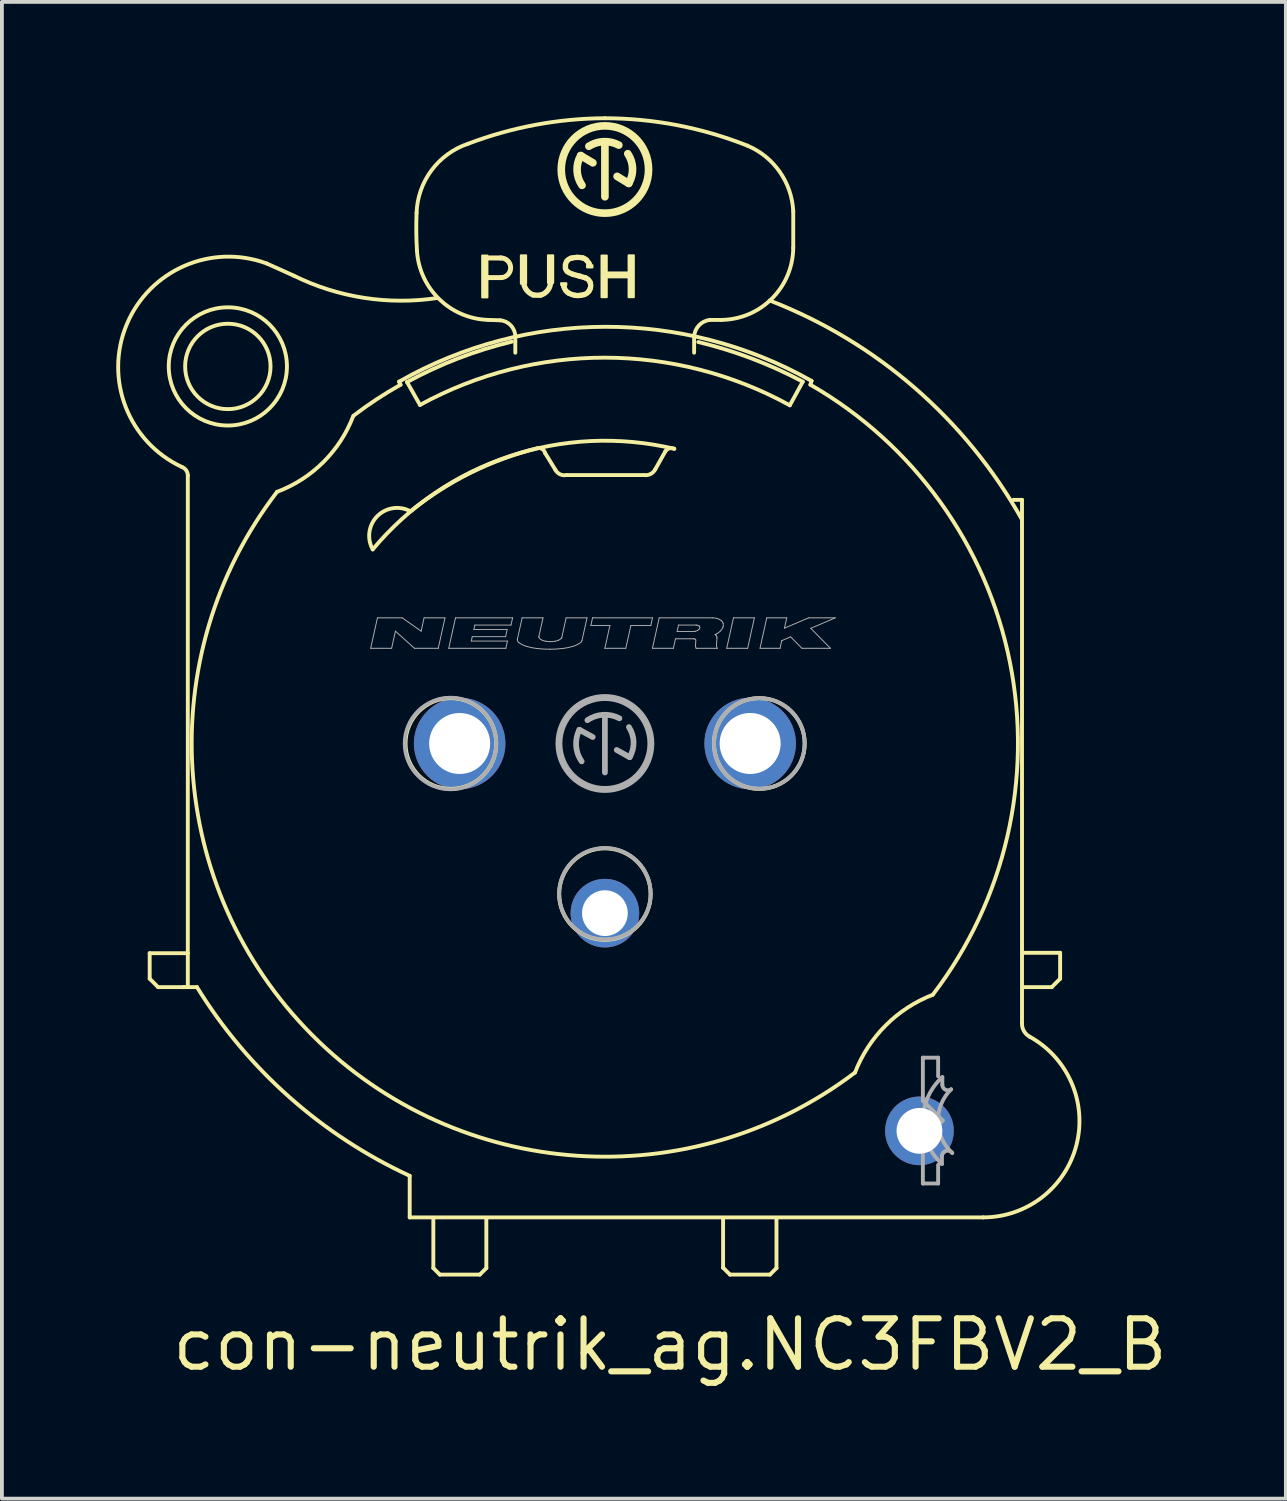
<source format=kicad_pcb>
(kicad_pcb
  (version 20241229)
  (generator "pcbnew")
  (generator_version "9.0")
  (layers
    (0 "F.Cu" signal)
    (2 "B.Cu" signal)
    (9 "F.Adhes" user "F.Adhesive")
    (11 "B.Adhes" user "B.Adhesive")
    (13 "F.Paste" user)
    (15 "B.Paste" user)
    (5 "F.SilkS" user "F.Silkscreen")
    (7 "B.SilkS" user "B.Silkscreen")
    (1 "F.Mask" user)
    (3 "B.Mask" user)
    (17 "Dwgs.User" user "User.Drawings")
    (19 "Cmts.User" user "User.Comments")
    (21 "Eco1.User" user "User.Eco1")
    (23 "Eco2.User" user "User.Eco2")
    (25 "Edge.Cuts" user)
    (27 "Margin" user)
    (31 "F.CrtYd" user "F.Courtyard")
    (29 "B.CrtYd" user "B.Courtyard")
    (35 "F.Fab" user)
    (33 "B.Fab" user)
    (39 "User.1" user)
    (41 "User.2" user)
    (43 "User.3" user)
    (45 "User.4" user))
  (footprint "con-neutrik_ag.NC3FBV2_B"
    (layer "F.Cu")
    (at 12.816 16.451)
    (property "Reference" "con-neutrik_ag.NC3FBV2_B" (at -11.43 16.51 0) (layer "F.SilkS") (effects (font (size 1.27 1.27) (thickness 0.16)) (justify left bottom)))
    (attr through_hole)
    (fp_line (start -11.94 5.5) (end -10.94 5.5) (stroke (width 0.102) (type default)) (layer "F.SilkS"))
    (fp_line (start -11.94 6.17) (end -11.94 5.5) (stroke (width 0.102) (type default)) (layer "F.SilkS"))
    (fp_line (start -11.72 6.39) (end -11.94 6.17) (stroke (width 0.102) (type default)) (layer "F.SilkS"))
    (fp_line (start -11.05 6.39) (end -11.72 6.39) (stroke (width 0.102) (type default)) (layer "F.SilkS"))
    (fp_line (start -11.05 6.39) (end -10.7 6.39) (stroke (width 0.102) (type default)) (layer "F.SilkS"))
    (fp_line (start -11.04 6.39) (end -11.05 6.39) (stroke (width 0.102) (type default)) (layer "F.SilkS"))
    (fp_line (start -10.94 5.5) (end -10.94 -7.03) (stroke (width 0.102) (type default)) (layer "F.SilkS"))
    (fp_line (start -10.94 6.35) (end -10.94 5.52) (stroke (width 0.102) (type default)) (layer "F.SilkS"))
    (fp_line (start -5.4 -9.49) (end -5.36 -9.41) (stroke (width 0.102) (type default)) (layer "F.SilkS"))
    (fp_line (start -5.19 -9.48) (end -4.85 -8.88) (stroke (width 0.102) (type default)) (layer "F.SilkS"))
    (fp_line (start -5.12 11.34) (end -5.12 12.43) (stroke (width 0.102) (type default)) (layer "F.SilkS"))
    (fp_line (start -5.12 12.43) (end 9.92 12.43) (stroke (width 0.102) (type default)) (layer "F.SilkS"))
    (fp_line (start -4.5 12.49) (end -4.5 13.76) (stroke (width 0.102) (type default)) (layer "F.SilkS"))
    (fp_line (start -4.5 13.76) (end -4.33 13.93) (stroke (width 0.102) (type default)) (layer "F.SilkS"))
    (fp_line (start -4.33 13.93) (end -3.28 13.93) (stroke (width 0.102) (type default)) (layer "F.SilkS"))
    (fp_line (start -3.28 13.93) (end -3.11 13.76) (stroke (width 0.102) (type default)) (layer "F.SilkS"))
    (fp_line (start -3.13 -12.735) (end -2.73 -12.735) (stroke (width 0.13) (type default)) (layer "F.SilkS"))
    (fp_line (start -3.11 13.76) (end -3.11 12.47) (stroke (width 0.102) (type default)) (layer "F.SilkS"))
    (fp_line (start -2.75 -11.1) (end -3.06 -11.11) (stroke (width 0.102) (type default)) (layer "F.SilkS"))
    (fp_line (start -2.72 -12.22) (end -3.11 -12.22) (stroke (width 0.13) (type default)) (layer "F.SilkS"))
    (fp_line (start -2.35 -10.25) (end -2.35 -10.67) (stroke (width 0.102) (type default)) (layer "F.SilkS"))
    (fp_line (start -1.3 -7.18) (end -1.57 -7.62) (stroke (width 0.102) (type default)) (layer "F.SilkS"))
    (fp_line (start -1.08 -12.01) (end -1.075 -11.985) (stroke (width 0.14) (type default)) (layer "F.SilkS"))
    (fp_line (start -0.315 -15.23) (end -0.635 -15.42) (stroke (width 0.2) (type default)) (layer "F.SilkS"))
    (fp_line (start 0 -14.34) (end 0 -15.73) (stroke (width 0.2) (type default)) (layer "F.SilkS"))
    (fp_line (start 0.32 -14.875) (end 0.625 -14.69) (stroke (width 0.2) (type default)) (layer "F.SilkS"))
    (fp_line (start 1.03 -7.04) (end -1.01 -7.04) (stroke (width 0.102) (type default)) (layer "F.SilkS"))
    (fp_line (start 1.59 -7.67) (end 1.32 -7.19) (stroke (width 0.102) (type default)) (layer "F.SilkS"))
    (fp_line (start 3.1 12.49) (end 3.1 13.75) (stroke (width 0.102) (type default)) (layer "F.SilkS"))
    (fp_line (start 3.1 13.75) (end 3.28 13.93) (stroke (width 0.102) (type default)) (layer "F.SilkS"))
    (fp_line (start 3.28 13.93) (end 4.33 13.93) (stroke (width 0.102) (type default)) (layer "F.SilkS"))
    (fp_line (start 4.33 13.93) (end 4.5 13.76) (stroke (width 0.102) (type default)) (layer "F.SilkS"))
    (fp_line (start 4.5 13.76) (end 4.5 12.48) (stroke (width 0.102) (type default)) (layer "F.SilkS"))
    (fp_line (start 4.85 -8.87) (end 5.19 -9.49) (stroke (width 0.102) (type default)) (layer "F.SilkS"))
    (fp_line (start 4.94 -13.96) (end 4.94 -13) (stroke (width 0.102) (type default)) (layer "F.SilkS"))
    (fp_line (start 5.39 -9.41) (end 5.42 -9.51) (stroke (width 0.102) (type default)) (layer "F.SilkS"))
    (fp_line (start 10.94 -6.39) (end 10.71 -6.39) (stroke (width 0.102) (type default)) (layer "F.SilkS"))
    (fp_line (start 10.94 7.33) (end 10.94 -6.39) (stroke (width 0.102) (type default)) (layer "F.SilkS"))
    (fp_line (start 10.99 6.39) (end 11.72 6.39) (stroke (width 0.102) (type default)) (layer "F.SilkS"))
    (fp_line (start 11.72 6.39) (end 11.94 6.17) (stroke (width 0.102) (type default)) (layer "F.SilkS"))
    (fp_line (start 11.94 5.49) (end 10.99 5.49) (stroke (width 0.102) (type default)) (layer "F.SilkS"))
    (fp_line (start 11.94 6.17) (end 11.94 5.49) (stroke (width 0.102) (type default)) (layer "F.SilkS"))
    (fp_rect (start -3.22 -11.7) (end -3.08 -12.8) (stroke (width 0.05) (type default)) (fill yes) (layer "F.SilkS"))
    (fp_rect (start -2.205 -12.06) (end -2.065 -12.805) (stroke (width 0.05) (type default)) (fill yes) (layer "F.SilkS"))
    (fp_rect (start -1.495 -12.08) (end -1.355 -12.805) (stroke (width 0.05) (type default)) (fill yes) (layer "F.SilkS"))
    (fp_rect (start -1.15 -12.025) (end -1.01 -12.075) (stroke (width 0.05) (type default)) (fill yes) (layer "F.SilkS"))
    (fp_rect (start -0.47 -12.485) (end -0.325 -12.545) (stroke (width 0.05) (type default)) (fill yes) (layer "F.SilkS"))
    (fp_rect (start -0.09 -11.705) (end 0.05 -12.8) (stroke (width 0.05) (type default)) (fill yes) (layer "F.SilkS"))
    (fp_rect (start 0.035 -12.225) (end 0.64 -12.355) (stroke (width 0.05) (type default)) (fill yes) (layer "F.SilkS"))
    (fp_rect (start 0.62 -11.705) (end 0.76 -12.805) (stroke (width 0.05) (type default)) (fill yes) (layer "F.SilkS"))
    (fp_arc (start -11.09 -7.25) (mid -10.981062 -7.163139) (end -10.94 -7.03) (stroke (width 0.1016) (type default)) (layer "F.SilkS"))
    (fp_arc (start -11.09 -7.25) (mid -12.543512 -10.98573) (end -8.87 -12.59) (stroke (width 0.1016) (type default)) (layer "F.SilkS"))
    (fp_arc (start -8.87 -12.59) (mid -8.514255 -12.431652) (end -8.16 -12.27) (stroke (width 0.1016) (type default)) (layer "F.SilkS"))
    (fp_arc (start -6.6 -8.59) (mid -7.385857 -7.379781) (end -8.6 -6.6) (stroke (width 0.1016) (type default)) (layer "F.SilkS"))
    (fp_arc (start -6.59 -8.6) (mid -5.989419 -9.026896) (end -5.36 -9.41) (stroke (width 0.1016) (type default)) (layer "F.SilkS"))
    (fp_arc (start -6.09 -5.09) (mid -5.970889 -5.96213) (end -5.1 -6.09) (stroke (width 0.1016) (type default)) (layer "F.SilkS"))
    (fp_arc (start -6.09 -5.09) (mid -2.509717 -7.53273) (end 1.82 -7.73) (stroke (width 0.1016) (type default)) (layer "F.SilkS"))
    (fp_arc (start -5.4 -9.49) (mid 0.007357 -10.929608) (end 5.42 -9.51) (stroke (width 0.1016) (type default)) (layer "F.SilkS"))
    (fp_arc (start -5.19 -9.48) (mid -3.849732 -10.100106) (end -2.44 -10.54) (stroke (width 0.1016) (type default)) (layer "F.SilkS"))
    (fp_arc (start -5.12 11.34) (mid -8.274838 9.276272) (end -10.7 6.39) (stroke (width 0.1016) (type default)) (layer "F.SilkS"))
    (fp_arc (start -5.1 -6.09) (mid -3.515654 -7.102947) (end -1.75 -7.75) (stroke (width 0.1016) (type default)) (layer "F.SilkS"))
    (fp_arc (start -4.94 -13.91) (mid -4.55018 -15.031535) (end -3.59 -15.73) (stroke (width 0.1016) (type default)) (layer "F.SilkS"))
    (fp_arc (start -4.93 -12.93) (mid -4.946992 -13.419878) (end -4.94 -13.91) (stroke (width 0.1016) (type default)) (layer "F.SilkS"))
    (fp_arc (start -4.85 -8.88) (mid 0.001283 -10.119665) (end 4.85 -8.87) (stroke (width 0.1016) (type default)) (layer "F.SilkS"))
    (fp_arc (start -4.3995 -11.6841) (mid -6.324542 -11.689558) (end -8.16 -12.27) (stroke (width 0.1016) (type default)) (layer "F.SilkS"))
    (fp_arc (start -3.59 -15.73) (mid -1.825069 -16.226116) (end 0 -16.4) (stroke (width 0.1016) (type default)) (layer "F.SilkS"))
    (fp_arc (start -3.06 -11.11) (mid -4.347878 -11.657427) (end -4.93 -12.93) (stroke (width 0.1016) (type default)) (layer "F.SilkS"))
    (fp_arc (start -2.75 -11.1) (mid -2.465454 -10.963647) (end -2.35 -10.67) (stroke (width 0.1016) (type default)) (layer "F.SilkS"))
    (fp_arc (start -2.73 -12.735) (mid -2.472451 -12.482404) (end -2.72 -12.22) (stroke (width 0.13) (type default)) (layer "F.SilkS"))
    (fp_arc (start -1.88 -11.765) (mid -2.064528 -11.907658) (end -2.135 -12.13) (stroke (width 0.14) (type default)) (layer "F.SilkS"))
    (fp_arc (start -1.74 -7.75) (mid -1.632341 -7.714631) (end -1.57 -7.62) (stroke (width 0.1016) (type default)) (layer "F.SilkS"))
    (fp_arc (start -1.69 -11.76) (mid -1.785118 -11.758012) (end -1.88 -11.765) (stroke (width 0.14) (type default)) (layer "F.SilkS"))
    (fp_arc (start -1.425 -12.13) (mid -1.491164 -11.897489) (end -1.69 -11.76) (stroke (width 0.14) (type default)) (layer "F.SilkS"))
    (fp_arc (start -1.035 -12.545) (mid -1.023242 -12.602997) (end -0.995 -12.655) (stroke (width 0.14) (type default)) (layer "F.SilkS"))
    (fp_arc (start -1.035 -12.475) (mid -1.035897 -12.51) (end -1.035 -12.545) (stroke (width 0.14) (type default)) (layer "F.SilkS"))
    (fp_arc (start -1.01 -7.04) (mid -1.178221 -7.061899) (end -1.3 -7.18) (stroke (width 0.1016) (type default)) (layer "F.SilkS"))
    (fp_arc (start -0.995 -12.655) (mid -0.944061 -12.70256) (end -0.88 -12.73) (stroke (width 0.14) (type default)) (layer "F.SilkS"))
    (fp_arc (start -0.98 -12.375) (mid -1.018985 -12.418684) (end -1.035 -12.475) (stroke (width 0.14) (type default)) (layer "F.SilkS"))
    (fp_arc (start -0.945 -11.81) (mid -1.029639 -11.882911) (end -1.075 -11.985) (stroke (width 0.14) (type default)) (layer "F.SilkS"))
    (fp_arc (start -0.88 -12.73) (mid -0.805495 -12.743715) (end -0.73 -12.75) (stroke (width 0.14) (type default)) (layer "F.SilkS"))
    (fp_arc (start -0.835 -12.305) (mid -0.910421 -12.33395) (end -0.98 -12.375) (stroke (width 0.14) (type default)) (layer "F.SilkS"))
    (fp_arc (start -0.785 -11.755) (mid -0.867193 -11.776119) (end -0.945 -11.81) (stroke (width 0.14) (type default)) (layer "F.SilkS"))
    (fp_arc (start -0.73 -12.75) (mid -0.654498 -12.747518) (end -0.58 -12.735) (stroke (width 0.14) (type default)) (layer "F.SilkS"))
    (fp_arc (start -0.67 -12.26) (mid -0.752692 -12.281798) (end -0.835 -12.305) (stroke (width 0.14) (type default)) (layer "F.SilkS"))
    (fp_arc (start -0.67 -12.26) (mid -0.592125 -12.238792) (end -0.515 -12.215) (stroke (width 0.14) (type default)) (layer "F.SilkS"))
    (fp_arc (start -0.635 -11.755) (mid -0.71 -11.748536) (end -0.785 -11.755) (stroke (width 0.14) (type default)) (layer "F.SilkS"))
    (fp_arc (start -0.6 -14.64) (mid -0.729533 -15.024973) (end -0.635 -15.42) (stroke (width 0.2) (type default)) (layer "F.SilkS"))
    (fp_arc (start -0.58 -12.735) (mid -0.525361 -12.712732) (end -0.48 -12.675) (stroke (width 0.14) (type default)) (layer "F.SilkS"))
    (fp_arc (start -0.545 -11.775) (mid -0.589766 -11.763948) (end -0.635 -11.755) (stroke (width 0.14) (type default)) (layer "F.SilkS"))
    (fp_arc (start -0.515 -12.215) (mid -0.439979 -12.17111) (end -0.39 -12.1) (stroke (width 0.14) (type default)) (layer "F.SilkS"))
    (fp_arc (start -0.48 -12.675) (mid -0.448393 -12.636205) (end -0.42 -12.595) (stroke (width 0.14) (type default)) (layer "F.SilkS"))
    (fp_arc (start -0.42 -15.665) (mid -0.031558 -15.786174) (end 0.365 -15.695) (stroke (width 0.2) (type default)) (layer "F.SilkS"))
    (fp_arc (start -0.42 -12.595) (mid -0.409614 -12.577721) (end -0.4 -12.56) (stroke (width 0.14) (type default)) (layer "F.SilkS"))
    (fp_arc (start -0.42 -11.865) (mid -0.474346 -11.808675) (end -0.545 -11.775) (stroke (width 0.14) (type default)) (layer "F.SilkS"))
    (fp_arc (start -0.39 -12.1) (mid -0.372108 -12.017966) (end -0.385 -11.935) (stroke (width 0.14) (type default)) (layer "F.SilkS"))
    (fp_arc (start -0.385 -11.935) (mid -0.40031 -11.898905) (end -0.42 -11.865) (stroke (width 0.14) (type default)) (layer "F.SilkS"))
    (fp_arc (start 0 -16.4) (mid 1.903896 -16.21607) (end 3.74 -15.68) (stroke (width 0.1016) (type default)) (layer "F.SilkS"))
    (fp_arc (start 0.6 -15.47) (mid 0.725239 -15.083613) (end 0.625 -14.69) (stroke (width 0.2) (type default)) (layer "F.SilkS"))
    (fp_arc (start 1.32 -7.19) (mid 1.198655 -7.069267) (end 1.03 -7.04) (stroke (width 0.1016) (type default)) (layer "F.SilkS"))
    (fp_arc (start 1.59 -7.67) (mid 1.694294 -7.741041) (end 1.82 -7.73) (stroke (width 0.1016) (type default)) (layer "F.SilkS"))
    (fp_arc (start 2.34 -10.68) (mid 2.341373 -10.465) (end 2.34 -10.25) (stroke (width 0.1016) (type default)) (layer "F.SilkS"))
    (fp_arc (start 2.34 -10.68) (mid 2.468258 -10.968173) (end 2.75 -11.11) (stroke (width 0.1016) (type default)) (layer "F.SilkS"))
    (fp_arc (start 2.45 -10.53) (mid 3.852843 -10.096528) (end 5.19 -9.49) (stroke (width 0.1016) (type default)) (layer "F.SilkS"))
    (fp_arc (start 2.75 -11.11) (mid 2.9 -11.110782) (end 3.05 -11.11) (stroke (width 0.1016) (type default)) (layer "F.SilkS"))
    (fp_arc (start 3.74 -15.68) (mid 4.587041 -14.992354) (end 4.94 -13.96) (stroke (width 0.1016) (type default)) (layer "F.SilkS"))
    (fp_arc (start 4.3216 -11.6192) (mid 8.12433 -9.329634) (end 10.93 -5.89) (stroke (width 0.1016) (type default)) (layer "F.SilkS"))
    (fp_arc (start 4.94 -13) (mid 4.380591 -11.669409) (end 3.05 -11.11) (stroke (width 0.1016) (type default)) (layer "F.SilkS"))
    (fp_arc (start 5.39 -9.41) (mid 10.621563 -2.137579) (end 8.6 6.59) (stroke (width 0.1016) (type default)) (layer "F.SilkS"))
    (fp_arc (start 6.56 8.63) (mid -7.680581 7.644968) (end -8.6 -6.6) (stroke (width 0.1016) (type default)) (layer "F.SilkS"))
    (fp_arc (start 6.56 8.63) (mid 7.3644 7.3944) (end 8.6 6.59) (stroke (width 0.1016) (type default)) (layer "F.SilkS"))
    (fp_arc (start 11.14 7.69) (mid 12.367243 10.532877) (end 9.92 12.43) (stroke (width 0.1016) (type default)) (layer "F.SilkS"))
    (fp_arc (start 11.14 7.69) (mid 10.988255 7.538747) (end 10.94 7.33) (stroke (width 0.1016) (type default)) (layer "F.SilkS"))
    (fp_circle (center -9.89 -9.89) (end -8.77 -9.89) (stroke (width 0.102) (type default)) (fill no) (layer "F.SilkS"))
    (fp_circle (center -9.89 -9.89) (end -8.34 -9.89) (stroke (width 0.102) (type default)) (fill no) (layer "F.SilkS"))
    (fp_circle (center -4.04 0) (end -2.85 0) (stroke (width 0.102) (type default)) (fill no) (layer "F.SilkS"))
    (fp_circle (center 0 -15.055) (end 1.145 -15.055) (stroke (width 0.2) (type default)) (fill no) (layer "F.SilkS"))
    (fp_circle (center 0 3.95) (end 1.2 3.95) (stroke (width 0.102) (type default)) (fill no) (layer "F.SilkS"))
    (fp_circle (center 4.05 0) (end 5.24 0) (stroke (width 0.102) (type default)) (fill no) (layer "F.SilkS"))
    (fp_line (start -6.144 -2.497) (end -5.966 -3.296) (stroke (width 0.025) (type default)) (layer "F.Fab"))
    (fp_line (start -6.144 -2.497) (end -5.594 -2.497) (stroke (width 0.025) (type default)) (layer "F.Fab"))
    (fp_line (start -5.966 -3.296) (end -5.317 -3.296) (stroke (width 0.025) (type default)) (layer "F.Fab"))
    (fp_line (start -5.594 -2.497) (end -5.495 -2.946) (stroke (width 0.025) (type default)) (layer "F.Fab"))
    (fp_line (start -5.495 -2.946) (end -4.995 -2.497) (stroke (width 0.025) (type default)) (layer "F.Fab"))
    (fp_line (start -5.317 -3.296) (end -4.82 -2.946) (stroke (width 0.025) (type default)) (layer "F.Fab"))
    (fp_line (start -4.995 -2.497) (end -4.371 -2.497) (stroke (width 0.025) (type default)) (layer "F.Fab"))
    (fp_line (start -4.82 -2.946) (end -4.743 -3.296) (stroke (width 0.025) (type default)) (layer "F.Fab"))
    (fp_line (start -4.743 -3.296) (end -4.194 -3.296) (stroke (width 0.025) (type default)) (layer "F.Fab"))
    (fp_line (start -4.371 -2.497) (end -4.194 -3.296) (stroke (width 0.025) (type default)) (layer "F.Fab"))
    (fp_line (start -4.096 -2.497) (end -3.919 -3.296) (stroke (width 0.025) (type default)) (layer "F.Fab"))
    (fp_line (start -4.096 -2.497) (end -2.598 -2.497) (stroke (width 0.025) (type default)) (layer "F.Fab"))
    (fp_line (start -3.919 -3.296) (end -2.421 -3.296) (stroke (width 0.025) (type default)) (layer "F.Fab"))
    (fp_line (start -3.505 -2.687) (end -3.479 -2.802) (stroke (width 0.025) (type default)) (layer "F.Fab"))
    (fp_line (start -3.505 -2.687) (end -2.556 -2.687) (stroke (width 0.025) (type default)) (layer "F.Fab"))
    (fp_line (start -3.479 -2.802) (end -2.605 -2.802) (stroke (width 0.025) (type default)) (layer "F.Fab"))
    (fp_line (start -3.437 -2.991) (end -3.412 -3.106) (stroke (width 0.025) (type default)) (layer "F.Fab"))
    (fp_line (start -3.437 -2.991) (end -2.563 -2.991) (stroke (width 0.025) (type default)) (layer "F.Fab"))
    (fp_line (start -3.412 -3.106) (end -2.463 -3.106) (stroke (width 0.025) (type default)) (layer "F.Fab"))
    (fp_line (start -2.605 -2.802) (end -2.563 -2.991) (stroke (width 0.025) (type default)) (layer "F.Fab"))
    (fp_line (start -2.598 -2.497) (end -2.556 -2.687) (stroke (width 0.025) (type default)) (layer "F.Fab"))
    (fp_line (start -2.463 -3.106) (end -2.421 -3.296) (stroke (width 0.025) (type default)) (layer "F.Fab"))
    (fp_line (start -2.294 -2.741) (end -2.171 -3.296) (stroke (width 0.025) (type default)) (layer "F.Fab"))
    (fp_line (start -2.171 -3.296) (end -1.623 -3.296) (stroke (width 0.025) (type default)) (layer "F.Fab"))
    (fp_line (start -1.731 -2.81) (end -1.623 -3.296) (stroke (width 0.025) (type default)) (layer "F.Fab"))
    (fp_line (start -1.13 -2.784) (end -1.017 -3.296) (stroke (width 0.025) (type default)) (layer "F.Fab"))
    (fp_line (start -1.017 -3.296) (end -0.469 -3.296) (stroke (width 0.025) (type default)) (layer "F.Fab"))
    (fp_line (start -0.67 -0.36) (end -0.32 -0.17) (stroke (width 0.15) (type default)) (layer "F.Fab"))
    (fp_line (start -0.601 -2.702) (end -0.469 -3.296) (stroke (width 0.025) (type default)) (layer "F.Fab"))
    (fp_line (start -0.368 -3.096) (end -0.324 -3.296) (stroke (width 0.025) (type default)) (layer "F.Fab"))
    (fp_line (start -0.368 -3.096) (end 0.131 -3.096) (stroke (width 0.025) (type default)) (layer "F.Fab"))
    (fp_line (start -0.324 -3.296) (end 1.249 -3.296) (stroke (width 0.025) (type default)) (layer "F.Fab"))
    (fp_line (start -0.001 -2.497) (end 0.131 -3.096) (stroke (width 0.025) (type default)) (layer "F.Fab"))
    (fp_line (start -0.001 -2.497) (end 0.548 -2.497) (stroke (width 0.025) (type default)) (layer "F.Fab"))
    (fp_line (start 0 0.76) (end 0 -0.74) (stroke (width 0.15) (type default)) (layer "F.Fab"))
    (fp_line (start 0.31 0.17) (end 0.65 0.36) (stroke (width 0.15) (type default)) (layer "F.Fab"))
    (fp_line (start 0.548 -2.497) (end 0.681 -3.096) (stroke (width 0.025) (type default)) (layer "F.Fab"))
    (fp_line (start 0.681 -3.096) (end 1.205 -3.096) (stroke (width 0.025) (type default)) (layer "F.Fab"))
    (fp_line (start 1.205 -3.096) (end 1.249 -3.296) (stroke (width 0.025) (type default)) (layer "F.Fab"))
    (fp_line (start 1.247 -2.497) (end 1.424 -3.296) (stroke (width 0.025) (type default)) (layer "F.Fab"))
    (fp_line (start 1.247 -2.497) (end 1.796 -2.497) (stroke (width 0.025) (type default)) (layer "F.Fab"))
    (fp_line (start 1.424 -3.296) (end 2.826 -3.296) (stroke (width 0.025) (type default)) (layer "F.Fab"))
    (fp_line (start 1.796 -2.497) (end 1.852 -2.747) (stroke (width 0.025) (type default)) (layer "F.Fab"))
    (fp_line (start 1.852 -2.747) (end 2.328 -2.747) (stroke (width 0.025) (type default)) (layer "F.Fab"))
    (fp_line (start 1.894 -2.936) (end 1.931 -3.106) (stroke (width 0.025) (type default)) (layer "F.Fab"))
    (fp_line (start 1.894 -2.936) (end 2.321 -2.936) (stroke (width 0.025) (type default)) (layer "F.Fab"))
    (fp_line (start 1.931 -3.106) (end 2.394 -3.106) (stroke (width 0.025) (type default)) (layer "F.Fab"))
    (fp_line (start 2.375 -2.561) (end 2.385 -2.707) (stroke (width 0.025) (type default)) (layer "F.Fab"))
    (fp_line (start 2.394 -2.497) (end 2.394 -2.497) (stroke (width 0.025) (type default)) (layer "F.Fab"))
    (fp_line (start 2.394 -2.497) (end 2.95 -2.497) (stroke (width 0.025) (type default)) (layer "F.Fab"))
    (fp_line (start 2.926 -2.581) (end 2.939 -2.767) (stroke (width 0.025) (type default)) (layer "F.Fab"))
    (fp_line (start 3.195 -2.497) (end 3.372 -3.296) (stroke (width 0.025) (type default)) (layer "F.Fab"))
    (fp_line (start 3.195 -2.497) (end 3.744 -2.497) (stroke (width 0.025) (type default)) (layer "F.Fab"))
    (fp_line (start 3.372 -3.296) (end 3.921 -3.296) (stroke (width 0.025) (type default)) (layer "F.Fab"))
    (fp_line (start 3.744 -2.497) (end 3.921 -3.296) (stroke (width 0.025) (type default)) (layer "F.Fab"))
    (fp_line (start 4.068 -2.497) (end 4.245 -3.296) (stroke (width 0.025) (type default)) (layer "F.Fab"))
    (fp_line (start 4.068 -2.497) (end 4.593 -2.497) (stroke (width 0.025) (type default)) (layer "F.Fab"))
    (fp_line (start 4.245 -3.296) (end 4.77 -3.296) (stroke (width 0.025) (type default)) (layer "F.Fab"))
    (fp_line (start 4.593 -2.497) (end 4.637 -2.697) (stroke (width 0.025) (type default)) (layer "F.Fab"))
    (fp_line (start 4.637 -2.697) (end 4.871 -2.797) (stroke (width 0.025) (type default)) (layer "F.Fab"))
    (fp_line (start 4.71 -3.026) (end 4.77 -3.296) (stroke (width 0.025) (type default)) (layer "F.Fab"))
    (fp_line (start 4.71 -3.026) (end 5.344 -3.296) (stroke (width 0.025) (type default)) (layer "F.Fab"))
    (fp_line (start 4.871 -2.797) (end 5.167 -2.497) (stroke (width 0.025) (type default)) (layer "F.Fab"))
    (fp_line (start 5.167 -2.497) (end 5.916 -2.497) (stroke (width 0.025) (type default)) (layer "F.Fab"))
    (fp_line (start 5.344 -3.296) (end 6.043 -3.296) (stroke (width 0.025) (type default)) (layer "F.Fab"))
    (fp_line (start 5.399 -3.021) (end 5.916 -2.497) (stroke (width 0.025) (type default)) (layer "F.Fab"))
    (fp_line (start 5.399 -3.021) (end 6.043 -3.296) (stroke (width 0.025) (type default)) (layer "F.Fab"))
    (fp_line (start 8.34 8.24) (end 8.34 9.37) (stroke (width 0.102) (type default)) (layer "F.Fab"))
    (fp_line (start 8.34 8.24) (end 8.74 8.24) (stroke (width 0.102) (type default)) (layer "F.Fab"))
    (fp_line (start 8.34 9.37) (end 8.86 9.89) (stroke (width 0.102) (type default)) (layer "F.Fab"))
    (fp_line (start 8.34 10.41) (end 8.34 11.54) (stroke (width 0.102) (type default)) (layer "F.Fab"))
    (fp_line (start 8.34 11.54) (end 8.74 11.54) (stroke (width 0.102) (type default)) (layer "F.Fab"))
    (fp_line (start 8.74 8.24) (end 8.74 8.73) (stroke (width 0.102) (type default)) (layer "F.Fab"))
    (fp_line (start 8.74 11.54) (end 8.74 11.05) (stroke (width 0.102) (type default)) (layer "F.Fab"))
    (fp_line (start 8.84 11.03) (end 8.84 10.82) (stroke (width 0.102) (type default)) (layer "F.Fab"))
    (fp_line (start 8.85 8.75) (end 8.85 8.95) (stroke (width 0.102) (type default)) (layer "F.Fab"))
    (fp_line (start 8.86 9.89) (end 8.34 10.41) (stroke (width 0.102) (type default)) (layer "F.Fab"))
    (fp_arc (start -2.2964 -2.7217) (mid -2.295867 -2.731456) (end -2.2943 -2.7411) (stroke (width 0.0254) (type default)) (layer "F.Fab"))
    (fp_arc (start -2.2578 -2.6471) (mid -2.286121 -2.679718) (end -2.2963 -2.7217) (stroke (width 0.0254) (type default)) (layer "F.Fab"))
    (fp_arc (start -2.0477 -2.5452) (mid -2.156985 -2.587418) (end -2.2578 -2.6471) (stroke (width 0.0254) (type default)) (layer "F.Fab"))
    (fp_arc (start -1.796 -2.4932) (mid -1.922923 -2.514007) (end -2.0477 -2.5452) (stroke (width 0.0254) (type default)) (layer "F.Fab"))
    (fp_arc (start -1.7326 -2.7966) (mid -1.732234 -2.803244) (end -1.7311 -2.8098) (stroke (width 0.0254) (type default)) (layer "F.Fab"))
    (fp_arc (start -1.7159 -2.7561) (mid -1.728335 -2.774676) (end -1.7327 -2.7966) (stroke (width 0.0254) (type default)) (layer "F.Fab"))
    (fp_arc (start -1.6443 -2.7083) (mid -1.682454 -2.728674) (end -1.7159 -2.7561) (stroke (width 0.0254) (type default)) (layer "F.Fab"))
    (fp_arc (start -1.5538 -2.6822) (mid -1.599779 -2.692723) (end -1.6443 -2.7083) (stroke (width 0.0254) (type default)) (layer "F.Fab"))
    (fp_arc (start -1.4474 -2.4721) (mid -1.62202 -2.477365) (end -1.796 -2.4932) (stroke (width 0.0254) (type default)) (layer "F.Fab"))
    (fp_arc (start -1.4308 -2.6718) (mid -1.492521 -2.674388) (end -1.5538 -2.6822) (stroke (width 0.0254) (type default)) (layer "F.Fab"))
    (fp_arc (start -1.3079 -2.6822) (mid -1.369129 -2.67439) (end -1.4308 -2.6718) (stroke (width 0.0254) (type default)) (layer "F.Fab"))
    (fp_arc (start -1.2174 -2.7083) (mid -1.261921 -2.692723) (end -1.3079 -2.6822) (stroke (width 0.0254) (type default)) (layer "F.Fab"))
    (fp_arc (start -1.1458 -2.7561) (mid -1.179246 -2.728674) (end -1.2174 -2.7083) (stroke (width 0.0254) (type default)) (layer "F.Fab"))
    (fp_arc (start -1.1304 -2.7839) (mid -1.136132 -2.76891) (end -1.1458 -2.7561) (stroke (width 0.0254) (type default)) (layer "F.Fab"))
    (fp_arc (start -1.0989 -2.4931) (mid -1.27283 -2.477266) (end -1.4474 -2.472) (stroke (width 0.0254) (type default)) (layer "F.Fab"))
    (fp_arc (start -0.8472 -2.5452) (mid -0.971977 -2.514007) (end -1.0989 -2.4932) (stroke (width 0.0254) (type default)) (layer "F.Fab"))
    (fp_arc (start -0.6371 -2.6471) (mid -0.737916 -2.587421) (end -0.8472 -2.5452) (stroke (width 0.0254) (type default)) (layer "F.Fab"))
    (fp_arc (start -0.61 0.47) (mid -0.754744 0.063295) (end -0.67 -0.36) (stroke (width 0.15) (type default)) (layer "F.Fab"))
    (fp_arc (start -0.6007 -2.7023) (mid -0.613738 -2.671296) (end -0.6371 -2.6471) (stroke (width 0.0254) (type default)) (layer "F.Fab"))
    (fp_arc (start -0.46 -0.61) (mid -0.047007 -0.752716) (end 0.38 -0.66) (stroke (width 0.15) (type default)) (layer "F.Fab"))
    (fp_arc (start 0.63 -0.43) (mid 0.752066 -0.037837) (end 0.65 0.36) (stroke (width 0.15) (type default)) (layer "F.Fab"))
    (fp_arc (start 2.3283 -2.7467) (mid 2.340566 -2.745829) (end 2.3526 -2.7433) (stroke (width 0.0254) (type default)) (layer "F.Fab"))
    (fp_arc (start 2.3526 -2.7432) (mid 2.364222 -2.738519) (end 2.3746 -2.7315) (stroke (width 0.0254) (type default)) (layer "F.Fab"))
    (fp_arc (start 2.3746 -2.7315) (mid 2.380482 -2.724772) (end 2.3841 -2.7166) (stroke (width 0.0254) (type default)) (layer "F.Fab"))
    (fp_arc (start 2.3785 -2.9442) (mid 2.349756 -2.938398) (end 2.3205 -2.9364) (stroke (width 0.0254) (type default)) (layer "F.Fab"))
    (fp_arc (start 2.3943 -2.497) (mid 2.380142 -2.527484) (end 2.375 -2.5607) (stroke (width 0.0254) (type default)) (layer "F.Fab"))
    (fp_arc (start 2.3944 -3.1062) (mid 2.414793 -3.104721) (end 2.4348 -3.1005) (stroke (width 0.0254) (type default)) (layer "F.Fab"))
    (fp_arc (start 2.4288 -2.9645) (mid 2.404262 -2.952875) (end 2.3785 -2.9443) (stroke (width 0.0254) (type default)) (layer "F.Fab"))
    (fp_arc (start 2.4348 -3.1005) (mid 2.454244 -3.09272) (end 2.4716 -3.081) (stroke (width 0.0254) (type default)) (layer "F.Fab"))
    (fp_arc (start 2.4641 -2.9914) (mid 2.447446 -2.976643) (end 2.4288 -2.9645) (stroke (width 0.0254) (type default)) (layer "F.Fab"))
    (fp_arc (start 2.4716 -3.081) (mid 2.481397 -3.069754) (end 2.4874 -3.0561) (stroke (width 0.0254) (type default)) (layer "F.Fab"))
    (fp_arc (start 2.4861 -3.0267) (mid 2.476985 -3.007875) (end 2.4641 -2.9914) (stroke (width 0.0254) (type default)) (layer "F.Fab"))
    (fp_arc (start 2.4874 -3.0561) (mid 2.488997 -3.041301) (end 2.4861 -3.0267) (stroke (width 0.0254) (type default)) (layer "F.Fab"))
    (fp_arc (start 2.8259 -3.296) (mid 2.886677 -3.291588) (end 2.9463 -3.279) (stroke (width 0.0254) (type default)) (layer "F.Fab"))
    (fp_arc (start 2.8917 -2.8549) (mid 2.899191 -2.849485) (end 2.9064 -2.8437) (stroke (width 0.0254) (type default)) (layer "F.Fab"))
    (fp_arc (start 2.9064 -2.8437) (mid 2.924646 -2.822802) (end 2.9358 -2.7974) (stroke (width 0.0254) (type default)) (layer "F.Fab"))
    (fp_arc (start 2.9282 -2.8737) (mid 2.910094 -2.86407) (end 2.8917 -2.855) (stroke (width 0.0254) (type default)) (layer "F.Fab"))
    (fp_arc (start 2.9358 -2.7974) (mid 2.93855 -2.782173) (end 2.9387 -2.7667) (stroke (width 0.0254) (type default)) (layer "F.Fab"))
    (fp_arc (start 2.9463 -3.279) (mid 3.004211 -3.255758) (end 3.0559 -3.2208) (stroke (width 0.0254) (type default)) (layer "F.Fab"))
    (fp_arc (start 2.9503 -2.497) (mid 2.930467 -2.536583) (end 2.9257 -2.5806) (stroke (width 0.0254) (type default)) (layer "F.Fab"))
    (fp_arc (start 3.0334 -2.9539) (mid 2.983769 -2.909906) (end 2.9282 -2.8737) (stroke (width 0.0254) (type default)) (layer "F.Fab"))
    (fp_arc (start 3.0559 -3.2208) (mid 3.085071 -3.187347) (end 3.1029 -3.1467) (stroke (width 0.0254) (type default)) (layer "F.Fab"))
    (fp_arc (start 3.0992 -3.0591) (mid 3.071923 -3.002983) (end 3.0334 -2.9539) (stroke (width 0.0254) (type default)) (layer "F.Fab"))
    (fp_arc (start 3.1029 -3.1467) (mid 3.107748 -3.102617) (end 3.0992 -3.0591) (stroke (width 0.0254) (type default)) (layer "F.Fab"))
    (fp_arc (start 8.84 10.81) (mid 8.951547 10.684537) (end 9.11 10.74) (stroke (width 0.1016) (type default)) (layer "F.Fab"))
    (fp_arc (start 8.84 11.03) (mid 8.341886 9.887793) (end 8.85 8.75) (stroke (width 0.1016) (type default)) (layer "F.Fab"))
    (fp_arc (start 9.08 9.07) (mid 8.928573 9.079819) (end 8.85 8.95) (stroke (width 0.1016) (type default)) (layer "F.Fab"))
    (fp_arc (start 9.11 10.74) (mid 8.736883 9.911433) (end 9.08 9.07) (stroke (width 0.1016) (type default)) (layer "F.Fab"))
    (fp_circle (center -4.05 0) (end -2.85 0) (stroke (width 0.102) (type default)) (fill no) (layer "F.Fab"))
    (fp_circle (center 0 0) (end 1.206 0) (stroke (width 0.18) (type default)) (fill no) (layer "F.Fab"))
    (fp_circle (center 0 3.94) (end 1.2 3.94) (stroke (width 0.102) (type default)) (fill no) (layer "F.Fab"))
    (fp_circle (center 4.05 0) (end 5.24 0) (stroke (width 0.102) (type default)) (fill no) (layer "F.Fab"))
    (pad "1" thru_hole circle (at 3.81 0) (size 2.4 2.4) (drill 1.6) (layers "*.Cu" "*.Mask"))
    (pad "2" thru_hole circle (at -3.81 0) (size 2.4 2.4) (drill 1.6) (layers "*.Cu" "*.Mask"))
    (pad "3" thru_hole circle (at 0 4.45) (size 1.8 1.8) (drill 1.2) (layers "*.Cu" "*.Mask"))
    (pad "G" thru_hole circle (at 8.25 10.16) (size 1.8 1.8) (drill 1.2) (layers "*.Cu" "*.Mask")))
  (gr_rect
    (start -3 -3)
    (end 30.677 36.258)
    (stroke (width 0.1) (type default))
    (fill no)
    (layer "Edge.Cuts")))
</source>
